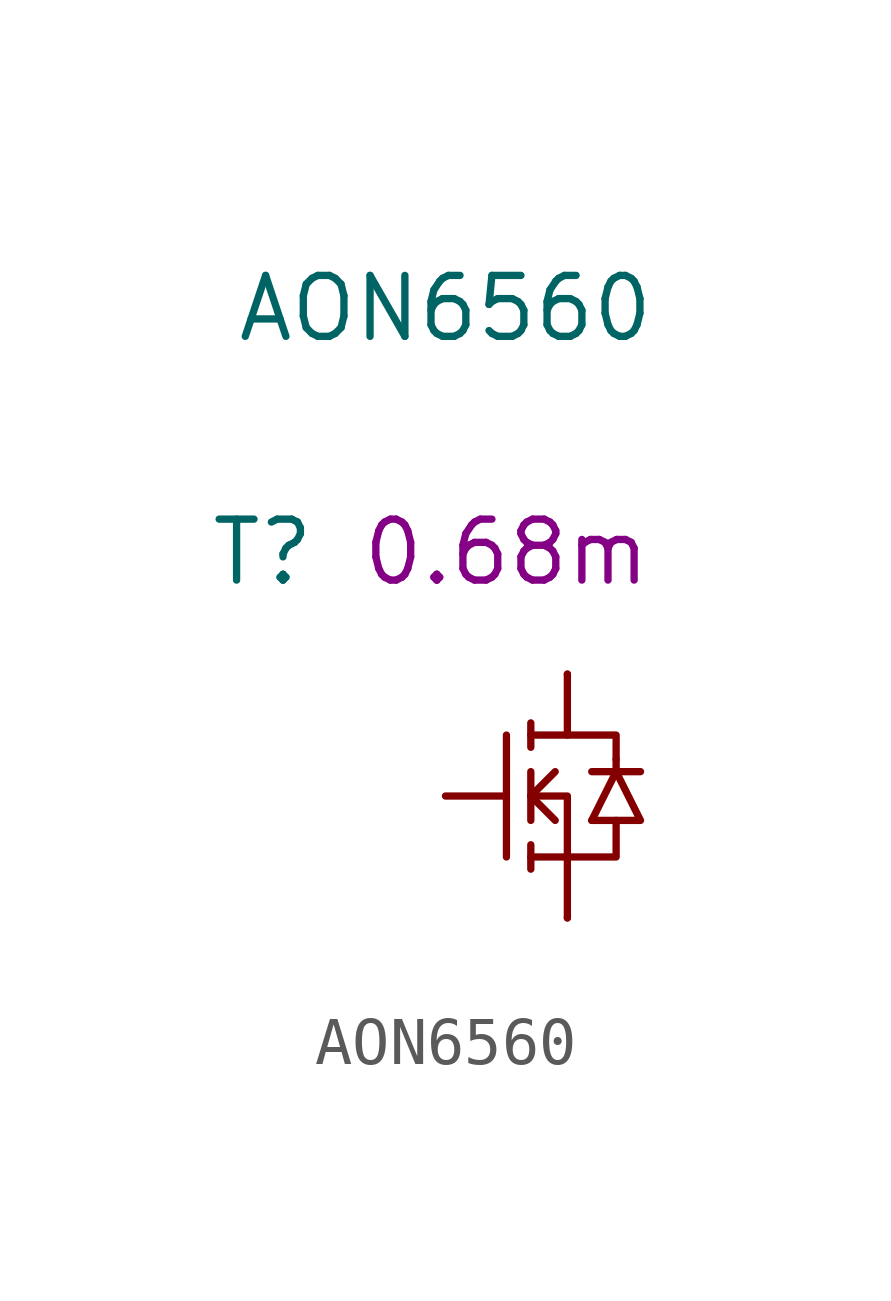
<source format=kicad_sym>
(kicad_symbol_lib
  (version 20220914)
  (generator kicad_symbol_editor)
  (symbol "AON6560"
    (pin_numbers hide)
    (pin_names
      (offset 1.016) hide)
    (property "Reference" "T"
      (at -6.35 5.08 0)
      (effects (font (size 1.27 1.27))))
    (property "Value" "AON6560"
      (at -2.54 10.16 0)
      (effects (font (size 1.27 1.27))))
    (property "RDS" "0.68m"
      (at -1.27 5.08 0)
      (effects (font (size 1.27 1.27))))
    (symbol "AON6560_0_1"
      (polyline (pts (xy -1.27 1.27) (xy -1.27 -1.27)) (stroke (width 0) (type solid)) (fill (type none)))
      (polyline (pts (xy -0.762 -1.016) (xy -0.762 -1.524)) (stroke (width 0) (type solid)) (fill (type none)))
      (polyline (pts (xy -0.762 0) (xy -0.254 -0.508)) (stroke (width 0) (type solid)) (fill (type none)))
      (polyline (pts (xy -0.762 0) (xy -0.254 0.508)) (stroke (width 0) (type solid)) (fill (type none)))
      (polyline (pts (xy -0.762 0.508) (xy -0.762 -0.508)) (stroke (width 0) (type solid)) (fill (type none)))
      (polyline (pts (xy -0.762 1.524) (xy -0.762 1.016)) (stroke (width 0) (type solid)) (fill (type none)))
      (polyline (pts (xy 0 -1.27) (xy 0 -2.54)) (stroke (width 0) (type solid)) (fill (type none)))
      (polyline (pts (xy 0 1.27) (xy 0 2.54)) (stroke (width 0) (type solid)) (fill (type none)))
      (polyline (pts (xy 0.508 -0.508) (xy 1.016 0.508)) (stroke (width 0) (type solid)) (fill (type none)))
      (polyline (pts (xy 0.508 0.508) (xy 1.524 0.508)) (stroke (width 0) (type solid)) (fill (type none)))
      (polyline (pts (xy 1.016 0.508) (xy 1.016 0.762)) (stroke (width 0) (type solid)) (fill (type none)))
      (polyline (pts (xy -0.762 -1.27) (xy 1.016 -1.27) (xy 1.016 -0.508)) (stroke (width 0) (type solid)) (fill (type none)))
      (polyline (pts (xy -0.762 0) (xy 0 0) (xy 0 -1.27)) (stroke (width 0) (type solid)) (fill (type none)))
      (polyline (pts (xy -0.762 1.27) (xy 1.016 1.27) (xy 1.016 0.762)) (stroke (width 0) (type solid)) (fill (type none)))
      (polyline (pts (xy 0.508 -0.508) (xy 1.524 -0.508) (xy 1.016 0.508)) (stroke (width 0) (type solid)) (fill (type none))))
    (symbol "AON6560_1_1"
      (pin passive line (at 0 -2.54 0) (length 0) (name "S" (effects (font (size 1.27 1.27)))) (number "1" (effects (font (size 1.27 1.27)))))
      (pin input line (at -2.54 0 0) (length 1.27) (name "G" (effects (font (size 1.27 1.27)))) (number "4" (effects (font (size 1.27 1.27)))))
      (pin passive line (at 0 2.54 0) (length 0) (name "D" (effects (font (size 1.27 1.27)))) (number "5" (effects (font (size 1.27 1.27))))))))
</source>
